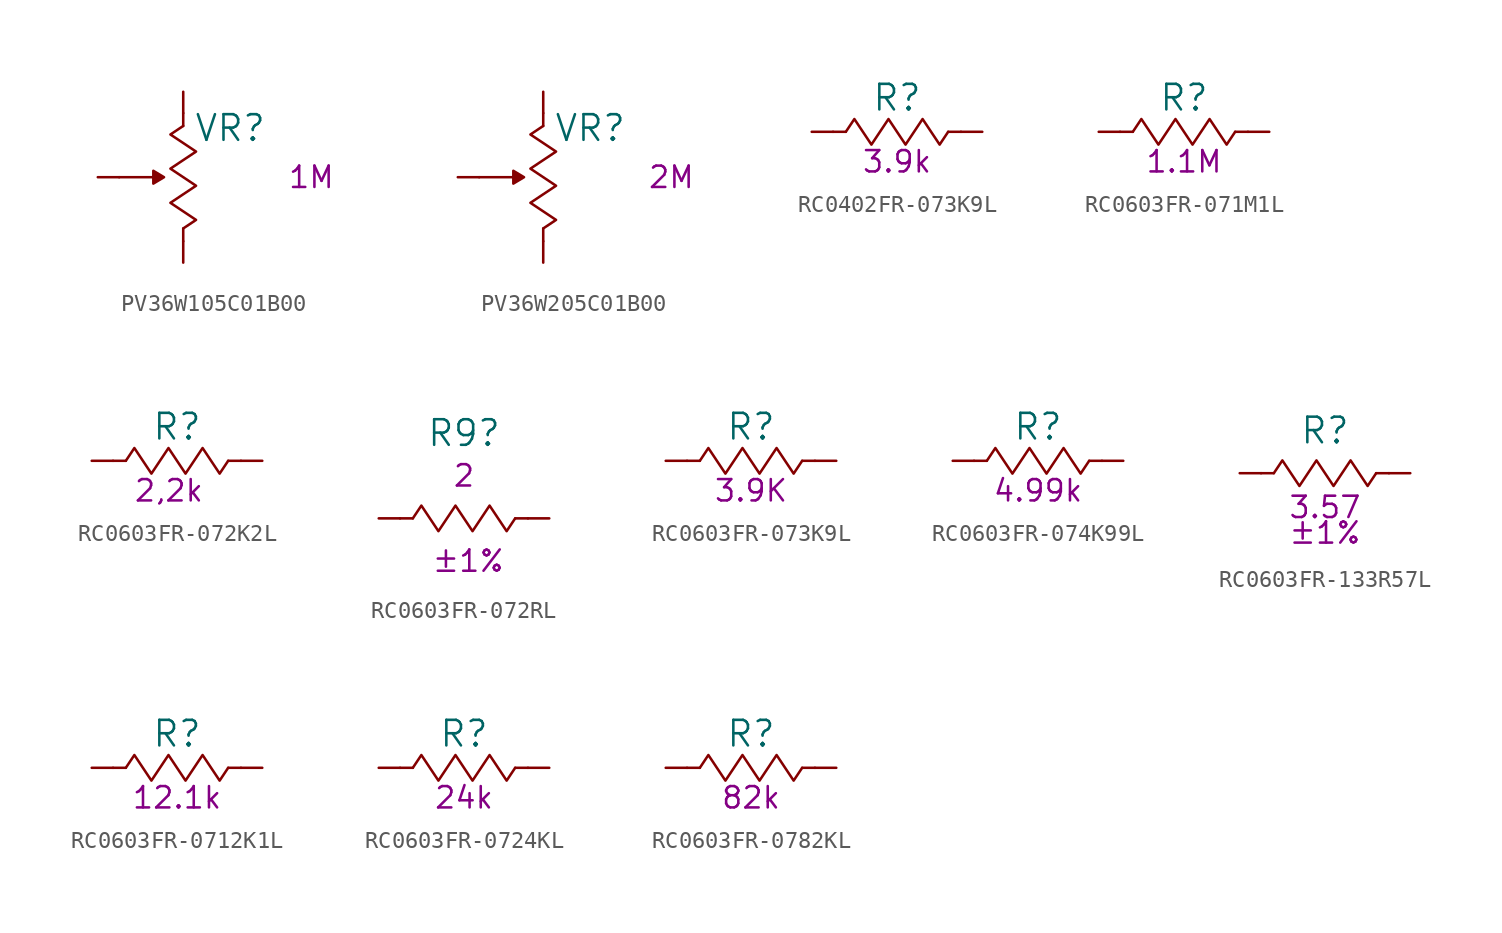
<source format=kicad_sym>
(kicad_symbol_lib
  (version 20231120)
  (generator "kicad_symbol_editor")
  (generator_version "8.0")
  (symbol "PV36W105C01B00"
    (pin_numbers hide)
    (pin_names
      (offset 0) hide)
    (property "Reference" "VR"
      (at 2.794 2.921 0)
      (effects (font (size 1.524 1.524))))
    (property "Resistance (Ohms)" "1M"
      (at 7.62 0 0)
      (effects (font (size 1.27 1.27))))
    (symbol "PV36W105C01B00_0_1"
      (rectangle (start 0 -3.048) (end 0 -3.81) (stroke (width 0) (type default)) (fill (type none)))
      (polyline (pts (xy -3.81 0) (xy -1.143 0) (xy -1.778 0.381) (xy -1.778 -0.381) (xy -1.143 0)) (stroke (width 0) (type default)) (fill (type outline)))
      (polyline (pts (xy 0 -3.048) (xy 0.762 -2.54) (xy 0 -2.032) (xy -0.762 -1.524) (xy 0 -1.016) (xy 0.762 -0.508) (xy 0 0) (xy -0.762 0.508) (xy 0 1.016) (xy 0.762 1.524) (xy 0 2.032) (xy -0.762 2.54) (xy 0 3.048)) (stroke (width 0) (type default)) (fill (type none)))
      (rectangle (start 0 3.81) (end 0 3.048) (stroke (width 0) (type default)) (fill (type none))))
    (symbol "PV36W105C01B00_1_1"
      (pin passive line (at 0 5.08 270) (length 1.27) (name "~" (effects (font (size 1.27 1.27)))) (number "1" (effects (font (size 1.27 1.27)))))
      (pin passive line (at 0 -5.08 90) (length 1.27) (name "~" (effects (font (size 1.27 1.27)))) (number "2" (effects (font (size 1.27 1.27)))))
      (pin passive line (at -5.08 0 0) (length 1.27) (name "~" (effects (font (size 1.27 1.27)))) (number "3" (effects (font (size 1.27 1.27)))))))
  (symbol "PV36W205C01B00"
    (pin_numbers hide)
    (pin_names
      (offset 0) hide)
    (property "Reference" "VR"
      (at 2.794 2.921 0)
      (effects (font (size 1.524 1.524))))
    (property "Resistance (Ohms)" "2M"
      (at 7.62 0 0)
      (effects (font (size 1.27 1.27))))
    (symbol "PV36W205C01B00_0_1"
      (rectangle (start 0 -3.048) (end 0 -3.81) (stroke (width 0) (type default)) (fill (type none)))
      (polyline (pts (xy -3.81 0) (xy -1.143 0) (xy -1.778 0.381) (xy -1.778 -0.381) (xy -1.143 0)) (stroke (width 0) (type default)) (fill (type outline)))
      (polyline (pts (xy 0 -3.048) (xy 0.762 -2.54) (xy 0 -2.032) (xy -0.762 -1.524) (xy 0 -1.016) (xy 0.762 -0.508) (xy 0 0) (xy -0.762 0.508) (xy 0 1.016) (xy 0.762 1.524) (xy 0 2.032) (xy -0.762 2.54) (xy 0 3.048)) (stroke (width 0) (type default)) (fill (type none)))
      (rectangle (start 0 3.81) (end 0 3.048) (stroke (width 0) (type default)) (fill (type none))))
    (symbol "PV36W205C01B00_1_1"
      (pin passive line (at 0 5.08 270) (length 1.27) (name "~" (effects (font (size 1.27 1.27)))) (number "1" (effects (font (size 1.27 1.27)))))
      (pin passive line (at 0 -5.08 90) (length 1.27) (name "~" (effects (font (size 1.27 1.27)))) (number "2" (effects (font (size 1.27 1.27)))))
      (pin passive line (at -5.08 0 0) (length 1.27) (name "~" (effects (font (size 1.27 1.27)))) (number "3" (effects (font (size 1.27 1.27)))))))
  (symbol "RC0402FR-073K9L"
    (pin_numbers hide)
    (pin_names
      (offset 0) hide)
    (property "Reference" "R"
      (at 0 2.032 0)
      (effects (font (size 1.524 1.524))))
    (property "Resistance (Ohms)" "3.9k"
      (at 0 -1.778 0)
      (effects (font (size 1.27 1.27))))
    (symbol "RC0402FR-073K9L_0_1"
      (rectangle (start -3.048 0) (end -3.81 0) (stroke (width 0) (type default)) (fill (type none)))
      (polyline (pts (xy -3.048 0) (xy -2.54 0.762) (xy -2.032 0) (xy -1.524 -0.762) (xy -1.016 0) (xy -0.508 0.762) (xy 0 0) (xy 0.508 -0.762) (xy 1.016 0) (xy 1.524 0.762) (xy 2.032 0) (xy 2.54 -0.762) (xy 3.048 0)) (stroke (width 0) (type default)) (fill (type none)))
      (rectangle (start 3.81 0) (end 3.048 0) (stroke (width 0) (type default)) (fill (type none))))
    (symbol "RC0402FR-073K9L_1_1"
      (pin passive line (at -5.08 0 0) (length 1.27) (name "1" (effects (font (size 1.27 1.27)))) (number "1" (effects (font (size 1.27 1.27)))))
      (pin passive line (at 5.08 0 180) (length 1.27) (name "2" (effects (font (size 1.27 1.27)))) (number "2" (effects (font (size 1.27 1.27)))))))
  (symbol "RC0603FR-071M1L"
    (pin_numbers hide)
    (pin_names
      (offset 0) hide)
    (property "Reference" "R"
      (at 0 2.032 0)
      (effects (font (size 1.524 1.524))))
    (property "Resistance (Ohms)" "1.1M"
      (at 0 -1.778 0)
      (effects (font (size 1.27 1.27))))
    (symbol "RC0603FR-071M1L_0_1"
      (rectangle (start -3.048 0) (end -3.81 0) (stroke (width 0) (type default)) (fill (type none)))
      (polyline (pts (xy -3.048 0) (xy -2.54 0.762) (xy -2.032 0) (xy -1.524 -0.762) (xy -1.016 0) (xy -0.508 0.762) (xy 0 0) (xy 0.508 -0.762) (xy 1.016 0) (xy 1.524 0.762) (xy 2.032 0) (xy 2.54 -0.762) (xy 3.048 0)) (stroke (width 0) (type default)) (fill (type none)))
      (rectangle (start 3.81 0) (end 3.048 0) (stroke (width 0) (type default)) (fill (type none))))
    (symbol "RC0603FR-071M1L_1_1"
      (pin passive line (at -5.08 0 0) (length 1.27) (name "1" (effects (font (size 1.27 1.27)))) (number "1" (effects (font (size 1.27 1.27)))))
      (pin passive line (at 5.08 0 180) (length 1.27) (name "2" (effects (font (size 1.27 1.27)))) (number "2" (effects (font (size 1.27 1.27)))))))
  (symbol "RC0603FR-072K2L"
    (pin_numbers hide)
    (pin_names
      (offset 0) hide)
    (property "Reference" "R"
      (at 0 2.032 0)
      (effects (font (size 1.524 1.524))))
    (property "Resistance (Ohms)" "2,2k "
      (at 0 -1.778 0)
      (effects (font (size 1.27 1.27))))
    (symbol "RC0603FR-072K2L_0_1"
      (rectangle (start -3.048 0) (end -3.81 0) (stroke (width 0) (type default)) (fill (type none)))
      (polyline (pts (xy -3.048 0) (xy -2.54 0.762) (xy -2.032 0) (xy -1.524 -0.762) (xy -1.016 0) (xy -0.508 0.762) (xy 0 0) (xy 0.508 -0.762) (xy 1.016 0) (xy 1.524 0.762) (xy 2.032 0) (xy 2.54 -0.762) (xy 3.048 0)) (stroke (width 0) (type default)) (fill (type none)))
      (rectangle (start 3.81 0) (end 3.048 0) (stroke (width 0) (type default)) (fill (type none))))
    (symbol "RC0603FR-072K2L_1_1"
      (pin passive line (at -5.08 0 0) (length 1.27) (name "1" (effects (font (size 1.27 1.27)))) (number "1" (effects (font (size 1.27 1.27)))))
      (pin passive line (at 5.08 0 180) (length 1.27) (name "2" (effects (font (size 1.27 1.27)))) (number "2" (effects (font (size 1.27 1.27)))))))
  (symbol "RC0603FR-072RL"
    (pin_numbers hide)
    (pin_names
      (offset 0) hide)
    (property "Reference" "R9"
      (at 0 5.08 0)
      (effects (font (size 1.524 1.524))))
    (property "Resistance (Ohms)" "2"
      (at 0 2.54 0)
      (effects (font (size 1.27 1.27))))
    (property "Tolerance (%)" "±1%"
      (at 0.254 -2.54 0)
      (effects (font (size 1.27 1.27))))
    (symbol "RC0603FR-072RL_0_1"
      (rectangle (start -3.048 0) (end -3.81 0) (stroke (width 0) (type default)) (fill (type none)))
      (polyline (pts (xy -3.048 0) (xy -2.54 0.762) (xy -2.032 0) (xy -1.524 -0.762) (xy -1.016 0) (xy -0.508 0.762) (xy 0 0) (xy 0.508 -0.762) (xy 1.016 0) (xy 1.524 0.762) (xy 2.032 0) (xy 2.54 -0.762) (xy 3.048 0)) (stroke (width 0) (type default)) (fill (type none)))
      (rectangle (start 3.81 0) (end 3.048 0) (stroke (width 0) (type default)) (fill (type none))))
    (symbol "RC0603FR-072RL_1_1"
      (pin passive line (at -5.08 0 0) (length 1.27) (name "1" (effects (font (size 1.27 1.27)))) (number "1" (effects (font (size 1.27 1.27)))))
      (pin passive line (at 5.08 0 180) (length 1.27) (name "2" (effects (font (size 1.27 1.27)))) (number "2" (effects (font (size 1.27 1.27)))))))
  (symbol "RC0603FR-073K9L"
    (pin_numbers hide)
    (pin_names
      (offset 0) hide)
    (property "Reference" "R"
      (at 0 2.032 0)
      (effects (font (size 1.524 1.524))))
    (property "Resistance (Ohms)" "3.9K"
      (at 0 -1.778 0)
      (effects (font (size 1.27 1.27))))
    (symbol "RC0603FR-073K9L_0_1"
      (rectangle (start -3.048 0) (end -3.81 0) (stroke (width 0) (type default)) (fill (type none)))
      (polyline (pts (xy -3.048 0) (xy -2.54 0.762) (xy -2.032 0) (xy -1.524 -0.762) (xy -1.016 0) (xy -0.508 0.762) (xy 0 0) (xy 0.508 -0.762) (xy 1.016 0) (xy 1.524 0.762) (xy 2.032 0) (xy 2.54 -0.762) (xy 3.048 0)) (stroke (width 0) (type default)) (fill (type none)))
      (rectangle (start 3.81 0) (end 3.048 0) (stroke (width 0) (type default)) (fill (type none))))
    (symbol "RC0603FR-073K9L_1_1"
      (pin passive line (at -5.08 0 0) (length 1.27) (name "1" (effects (font (size 1.27 1.27)))) (number "1" (effects (font (size 1.27 1.27)))))
      (pin passive line (at 5.08 0 180) (length 1.27) (name "2" (effects (font (size 1.27 1.27)))) (number "2" (effects (font (size 1.27 1.27)))))))
  (symbol "RC0603FR-074K99L"
    (pin_numbers hide)
    (pin_names
      (offset 0) hide)
    (property "Reference" "R"
      (at 0 2.032 0)
      (effects (font (size 1.524 1.524))))
    (property "Resistance (Ohms)" "4.99k"
      (at 0 -1.778 0)
      (effects (font (size 1.27 1.27))))
    (symbol "RC0603FR-074K99L_0_1"
      (rectangle (start -3.048 0) (end -3.81 0) (stroke (width 0) (type default)) (fill (type none)))
      (polyline (pts (xy -3.048 0) (xy -2.54 0.762) (xy -2.032 0) (xy -1.524 -0.762) (xy -1.016 0) (xy -0.508 0.762) (xy 0 0) (xy 0.508 -0.762) (xy 1.016 0) (xy 1.524 0.762) (xy 2.032 0) (xy 2.54 -0.762) (xy 3.048 0)) (stroke (width 0) (type default)) (fill (type none)))
      (rectangle (start 3.81 0) (end 3.048 0) (stroke (width 0) (type default)) (fill (type none))))
    (symbol "RC0603FR-074K99L_1_1"
      (pin passive line (at -5.08 0 0) (length 1.27) (name "1" (effects (font (size 1.27 1.27)))) (number "1" (effects (font (size 1.27 1.27)))))
      (pin passive line (at 5.08 0 180) (length 1.27) (name "2" (effects (font (size 1.27 1.27)))) (number "2" (effects (font (size 1.27 1.27)))))))
  (symbol "RC0603FR-133R57L"
    (pin_numbers hide)
    (pin_names
      (offset 0) hide)
    (property "Reference" "R"
      (at 0 2.54 0)
      (effects (font (size 1.524 1.524))))
    (property "Resistance (Ohms)" "3.57"
      (at 0 -2.032 0)
      (effects (font (size 1.27 1.27))))
    (property "Tolerance (%)" "±1%"
      (at 0 -3.556 0)
      (effects (font (size 1.27 1.27))))
    (symbol "RC0603FR-133R57L_0_1"
      (rectangle (start -3.81 0) (end -3.048 0) (stroke (width 0) (type default)) (fill (type none)))
      (rectangle (start 3.81 0) (end 3.048 0) (stroke (width 0) (type default)) (fill (type none))))
    (symbol "RC0603FR-133R57L_1_1"
      (polyline (pts (xy -3.048 0) (xy -2.54 0.762) (xy -2.032 0) (xy -1.524 -0.762) (xy -1.016 0) (xy -0.508 0.762) (xy 0 0) (xy 0.508 -0.762) (xy 1.016 0) (xy 1.524 0.762) (xy 2.032 0) (xy 2.54 -0.762) (xy 3.048 0)) (stroke (width 0) (type default)) (fill (type none)))
      (pin passive line (at -5.08 0 0) (length 1.27) (name "1" (effects (font (size 1.27 1.27)))) (number "1" (effects (font (size 1.27 1.27)))))
      (pin passive line (at 5.08 0 180) (length 1.27) (name "2" (effects (font (size 1.27 1.27)))) (number "2" (effects (font (size 1.27 1.27)))))))
  (symbol "RC0603FR-0712K1L"
    (pin_numbers hide)
    (pin_names
      (offset 0) hide)
    (property "Reference" "R"
      (at 0 2.032 0)
      (effects (font (size 1.524 1.524))))
    (property "Resistance (Ohms)" "12.1k"
      (at 0 -1.778 0)
      (effects (font (size 1.27 1.27))))
    (symbol "RC0603FR-0712K1L_0_1"
      (rectangle (start -3.048 0) (end -3.81 0) (stroke (width 0) (type default)) (fill (type none)))
      (polyline (pts (xy -3.048 0) (xy -2.54 0.762) (xy -2.032 0) (xy -1.524 -0.762) (xy -1.016 0) (xy -0.508 0.762) (xy 0 0) (xy 0.508 -0.762) (xy 1.016 0) (xy 1.524 0.762) (xy 2.032 0) (xy 2.54 -0.762) (xy 3.048 0)) (stroke (width 0) (type default)) (fill (type none)))
      (rectangle (start 3.81 0) (end 3.048 0) (stroke (width 0) (type default)) (fill (type none))))
    (symbol "RC0603FR-0712K1L_1_1"
      (pin passive line (at -5.08 0 0) (length 1.27) (name "1" (effects (font (size 1.27 1.27)))) (number "1" (effects (font (size 1.27 1.27)))))
      (pin passive line (at 5.08 0 180) (length 1.27) (name "2" (effects (font (size 1.27 1.27)))) (number "2" (effects (font (size 1.27 1.27)))))))
  (symbol "RC0603FR-0724KL"
    (pin_numbers hide)
    (pin_names
      (offset 0) hide)
    (property "Reference" "R"
      (at 0 2.032 0)
      (effects (font (size 1.524 1.524))))
    (property "Resistance (Ohms)" "24k"
      (at 0 -1.778 0)
      (effects (font (size 1.27 1.27))))
    (symbol "RC0603FR-0724KL_0_1"
      (rectangle (start -3.048 0) (end -3.81 0) (stroke (width 0) (type default)) (fill (type none)))
      (polyline (pts (xy -3.048 0) (xy -2.54 0.762) (xy -2.032 0) (xy -1.524 -0.762) (xy -1.016 0) (xy -0.508 0.762) (xy 0 0) (xy 0.508 -0.762) (xy 1.016 0) (xy 1.524 0.762) (xy 2.032 0) (xy 2.54 -0.762) (xy 3.048 0)) (stroke (width 0) (type default)) (fill (type none)))
      (rectangle (start 3.81 0) (end 3.048 0) (stroke (width 0) (type default)) (fill (type none))))
    (symbol "RC0603FR-0724KL_1_1"
      (pin passive line (at -5.08 0 0) (length 1.27) (name "1" (effects (font (size 1.27 1.27)))) (number "1" (effects (font (size 1.27 1.27)))))
      (pin passive line (at 5.08 0 180) (length 1.27) (name "2" (effects (font (size 1.27 1.27)))) (number "2" (effects (font (size 1.27 1.27)))))))
  (symbol "RC0603FR-0782KL"
    (pin_numbers hide)
    (pin_names
      (offset 0) hide)
    (property "Reference" "R"
      (at 0 2.032 0)
      (effects (font (size 1.524 1.524))))
    (property "Resistance (Ohms)" "82k"
      (at 0 -1.778 0)
      (effects (font (size 1.27 1.27))))
    (symbol "RC0603FR-0782KL_0_1"
      (rectangle (start -3.048 0) (end -3.81 0) (stroke (width 0) (type default)) (fill (type none)))
      (polyline (pts (xy -3.048 0) (xy -2.54 0.762) (xy -2.032 0) (xy -1.524 -0.762) (xy -1.016 0) (xy -0.508 0.762) (xy 0 0) (xy 0.508 -0.762) (xy 1.016 0) (xy 1.524 0.762) (xy 2.032 0) (xy 2.54 -0.762) (xy 3.048 0)) (stroke (width 0) (type default)) (fill (type none)))
      (rectangle (start 3.81 0) (end 3.048 0) (stroke (width 0) (type default)) (fill (type none))))
    (symbol "RC0603FR-0782KL_1_1"
      (pin passive line (at -5.08 0 0) (length 1.27) (name "1" (effects (font (size 1.27 1.27)))) (number "1" (effects (font (size 1.27 1.27)))))
      (pin passive line (at 5.08 0 180) (length 1.27) (name "2" (effects (font (size 1.27 1.27)))) (number "2" (effects (font (size 1.27 1.27))))))))
</source>
